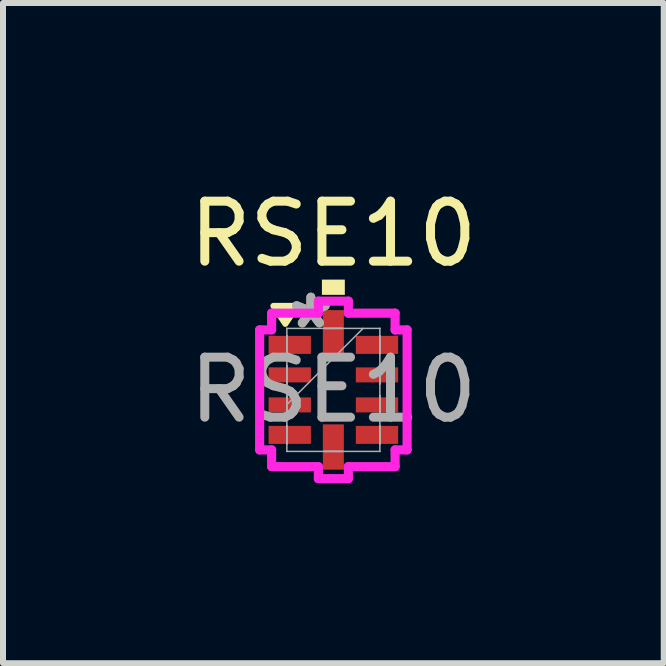
<source format=kicad_pcb>
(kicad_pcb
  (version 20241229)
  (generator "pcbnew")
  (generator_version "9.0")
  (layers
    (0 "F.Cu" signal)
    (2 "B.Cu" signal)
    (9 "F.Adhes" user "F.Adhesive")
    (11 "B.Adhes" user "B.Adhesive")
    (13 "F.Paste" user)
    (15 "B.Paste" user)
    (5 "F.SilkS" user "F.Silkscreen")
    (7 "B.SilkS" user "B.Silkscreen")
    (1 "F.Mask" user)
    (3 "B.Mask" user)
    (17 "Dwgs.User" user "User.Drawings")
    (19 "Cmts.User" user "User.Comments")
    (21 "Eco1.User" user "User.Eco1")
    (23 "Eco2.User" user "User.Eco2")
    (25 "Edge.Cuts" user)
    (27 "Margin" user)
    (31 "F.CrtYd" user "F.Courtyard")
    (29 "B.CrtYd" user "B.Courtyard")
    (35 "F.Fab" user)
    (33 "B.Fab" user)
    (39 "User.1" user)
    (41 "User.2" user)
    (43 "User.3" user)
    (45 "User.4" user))
  (footprint "RSE10"
    (layer "F.Cu")
    (at 2.506 3.448)
    (property "Reference" "RSE10" (at 0 -2.6 0) (unlocked yes) (layer "F.SilkS") (effects (font (size 1 1) (thickness 0.15))))
    (attr smd)
    (fp_poly (pts (xy -0.6 -1.4) (xy -1 -1.4) (xy -0.8 -1.1)) (stroke (width 0.1) (type solid)) (fill yes) (layer "F.SilkS"))
    (fp_poly (pts (xy -0.191 -1.584) (xy -0.191 -1.838) (xy 0.191 -1.838) (xy 0.191 -1.584)) (stroke (width 0) (type solid)) (fill yes) (layer "F.SilkS"))
    (fp_line (start -1.229 -1) (end -1.029 -1) (stroke (width 0.152) (type solid)) (layer "F.CrtYd"))
    (fp_line (start -1.229 1) (end -1.229 -1) (stroke (width 0.152) (type solid)) (layer "F.CrtYd"))
    (fp_line (start -1.029 -1.279) (end -0.25 -1.279) (stroke (width 0.152) (type solid)) (layer "F.CrtYd"))
    (fp_line (start -1.029 -1) (end -1.029 -1.279) (stroke (width 0.152) (type solid)) (layer "F.CrtYd"))
    (fp_line (start -1.029 1) (end -1.229 1) (stroke (width 0.152) (type solid)) (layer "F.CrtYd"))
    (fp_line (start -1.029 1.279) (end -1.029 1) (stroke (width 0.152) (type solid)) (layer "F.CrtYd"))
    (fp_line (start -0.25 -1.479) (end 0.25 -1.479) (stroke (width 0.152) (type solid)) (layer "F.CrtYd"))
    (fp_line (start -0.25 -1.279) (end -0.25 -1.479) (stroke (width 0.152) (type solid)) (layer "F.CrtYd"))
    (fp_line (start -0.25 1.279) (end -1.029 1.279) (stroke (width 0.152) (type solid)) (layer "F.CrtYd"))
    (fp_line (start -0.25 1.479) (end -0.25 1.279) (stroke (width 0.152) (type solid)) (layer "F.CrtYd"))
    (fp_line (start 0.25 -1.479) (end 0.25 -1.279) (stroke (width 0.152) (type solid)) (layer "F.CrtYd"))
    (fp_line (start 0.25 -1.279) (end 1.029 -1.279) (stroke (width 0.152) (type solid)) (layer "F.CrtYd"))
    (fp_line (start 0.25 1.279) (end 0.25 1.479) (stroke (width 0.152) (type solid)) (layer "F.CrtYd"))
    (fp_line (start 0.25 1.479) (end -0.25 1.479) (stroke (width 0.152) (type solid)) (layer "F.CrtYd"))
    (fp_line (start 1.029 -1.279) (end 1.029 -1) (stroke (width 0.152) (type solid)) (layer "F.CrtYd"))
    (fp_line (start 1.029 -1) (end 1.229 -1) (stroke (width 0.152) (type solid)) (layer "F.CrtYd"))
    (fp_line (start 1.029 1) (end 1.029 1.279) (stroke (width 0.152) (type solid)) (layer "F.CrtYd"))
    (fp_line (start 1.029 1.279) (end 0.25 1.279) (stroke (width 0.152) (type solid)) (layer "F.CrtYd"))
    (fp_line (start 1.229 -1) (end 1.229 1) (stroke (width 0.152) (type solid)) (layer "F.CrtYd"))
    (fp_line (start 1.229 1) (end 1.029 1) (stroke (width 0.152) (type solid)) (layer "F.CrtYd"))
    (fp_line (start -0.775 -1.025) (end -0.775 -1.025) (stroke (width 0.025) (type solid)) (layer "F.Fab"))
    (fp_line (start -0.775 -1.025) (end -0.775 1.025) (stroke (width 0.025) (type solid)) (layer "F.Fab"))
    (fp_line (start -0.775 -0.9) (end -0.775 -0.9) (stroke (width 0.025) (type solid)) (layer "F.Fab"))
    (fp_line (start -0.775 -0.9) (end -0.775 -0.6) (stroke (width 0.025) (type solid)) (layer "F.Fab"))
    (fp_line (start -0.775 -0.6) (end -0.775 -0.9) (stroke (width 0.025) (type solid)) (layer "F.Fab"))
    (fp_line (start -0.775 -0.6) (end -0.775 -0.6) (stroke (width 0.025) (type solid)) (layer "F.Fab"))
    (fp_line (start -0.775 -0.4) (end -0.775 -0.4) (stroke (width 0.025) (type solid)) (layer "F.Fab"))
    (fp_line (start -0.775 -0.4) (end -0.775 -0.1) (stroke (width 0.025) (type solid)) (layer "F.Fab"))
    (fp_line (start -0.775 -0.1) (end -0.775 -0.4) (stroke (width 0.025) (type solid)) (layer "F.Fab"))
    (fp_line (start -0.775 -0.1) (end -0.775 -0.1) (stroke (width 0.025) (type solid)) (layer "F.Fab"))
    (fp_line (start -0.775 0.1) (end -0.775 0.1) (stroke (width 0.025) (type solid)) (layer "F.Fab"))
    (fp_line (start -0.775 0.1) (end -0.775 0.4) (stroke (width 0.025) (type solid)) (layer "F.Fab"))
    (fp_line (start -0.775 0.245) (end 0.495 -1.025) (stroke (width 0.025) (type solid)) (layer "F.Fab"))
    (fp_line (start -0.775 0.4) (end -0.775 0.1) (stroke (width 0.025) (type solid)) (layer "F.Fab"))
    (fp_line (start -0.775 0.4) (end -0.775 0.4) (stroke (width 0.025) (type solid)) (layer "F.Fab"))
    (fp_line (start -0.775 0.6) (end -0.775 0.6) (stroke (width 0.025) (type solid)) (layer "F.Fab"))
    (fp_line (start -0.775 0.6) (end -0.775 0.9) (stroke (width 0.025) (type solid)) (layer "F.Fab"))
    (fp_line (start -0.775 0.9) (end -0.775 0.6) (stroke (width 0.025) (type solid)) (layer "F.Fab"))
    (fp_line (start -0.775 0.9) (end -0.775 0.9) (stroke (width 0.025) (type solid)) (layer "F.Fab"))
    (fp_line (start -0.775 1.025) (end -0.775 1.025) (stroke (width 0.025) (type solid)) (layer "F.Fab"))
    (fp_line (start -0.775 1.025) (end 0.775 1.025) (stroke (width 0.025) (type solid)) (layer "F.Fab"))
    (fp_line (start -0.15 -1.025) (end -0.15 -1.025) (stroke (width 0.025) (type solid)) (layer "F.Fab"))
    (fp_line (start -0.15 -1.025) (end 0.15 -1.025) (stroke (width 0.025) (type solid)) (layer "F.Fab"))
    (fp_line (start -0.15 1.025) (end -0.15 1.025) (stroke (width 0.025) (type solid)) (layer "F.Fab"))
    (fp_line (start -0.15 1.025) (end 0.15 1.025) (stroke (width 0.025) (type solid)) (layer "F.Fab"))
    (fp_line (start 0.15 -1.025) (end -0.15 -1.025) (stroke (width 0.025) (type solid)) (layer "F.Fab"))
    (fp_line (start 0.15 -1.025) (end 0.15 -1.025) (stroke (width 0.025) (type solid)) (layer "F.Fab"))
    (fp_line (start 0.15 1.025) (end -0.15 1.025) (stroke (width 0.025) (type solid)) (layer "F.Fab"))
    (fp_line (start 0.15 1.025) (end 0.15 1.025) (stroke (width 0.025) (type solid)) (layer "F.Fab"))
    (fp_line (start 0.775 -1.025) (end -0.775 -1.025) (stroke (width 0.025) (type solid)) (layer "F.Fab"))
    (fp_line (start 0.775 -1.025) (end 0.775 -1.025) (stroke (width 0.025) (type solid)) (layer "F.Fab"))
    (fp_line (start 0.775 -0.9) (end 0.775 -0.9) (stroke (width 0.025) (type solid)) (layer "F.Fab"))
    (fp_line (start 0.775 -0.9) (end 0.775 -0.6) (stroke (width 0.025) (type solid)) (layer "F.Fab"))
    (fp_line (start 0.775 -0.6) (end 0.775 -0.9) (stroke (width 0.025) (type solid)) (layer "F.Fab"))
    (fp_line (start 0.775 -0.6) (end 0.775 -0.6) (stroke (width 0.025) (type solid)) (layer "F.Fab"))
    (fp_line (start 0.775 -0.4) (end 0.775 -0.4) (stroke (width 0.025) (type solid)) (layer "F.Fab"))
    (fp_line (start 0.775 -0.4) (end 0.775 -0.1) (stroke (width 0.025) (type solid)) (layer "F.Fab"))
    (fp_line (start 0.775 -0.1) (end 0.775 -0.4) (stroke (width 0.025) (type solid)) (layer "F.Fab"))
    (fp_line (start 0.775 -0.1) (end 0.775 -0.1) (stroke (width 0.025) (type solid)) (layer "F.Fab"))
    (fp_line (start 0.775 0.1) (end 0.775 0.1) (stroke (width 0.025) (type solid)) (layer "F.Fab"))
    (fp_line (start 0.775 0.1) (end 0.775 0.4) (stroke (width 0.025) (type solid)) (layer "F.Fab"))
    (fp_line (start 0.775 0.4) (end 0.775 0.1) (stroke (width 0.025) (type solid)) (layer "F.Fab"))
    (fp_line (start 0.775 0.4) (end 0.775 0.4) (stroke (width 0.025) (type solid)) (layer "F.Fab"))
    (fp_line (start 0.775 0.6) (end 0.775 0.6) (stroke (width 0.025) (type solid)) (layer "F.Fab"))
    (fp_line (start 0.775 0.6) (end 0.775 0.9) (stroke (width 0.025) (type solid)) (layer "F.Fab"))
    (fp_line (start 0.775 0.9) (end 0.775 0.6) (stroke (width 0.025) (type solid)) (layer "F.Fab"))
    (fp_line (start 0.775 0.9) (end 0.775 0.9) (stroke (width 0.025) (type solid)) (layer "F.Fab"))
    (fp_line (start 0.775 1.025) (end 0.775 -1.025) (stroke (width 0.025) (type solid)) (layer "F.Fab"))
    (fp_line (start 0.775 1.025) (end 0.775 1.025) (stroke (width 0.025) (type solid)) (layer "F.Fab"))
    (fp_text user "${REFERENCE}" (at 0 0 0) (unlocked yes) (layer "F.Fab") (effects (font (size 1 1) (thickness 0.15))))
    (fp_text user "*" (at -0.375 -1 0) (layer "F.Fab") (effects (font (size 1 1) (thickness 0.15))))
    (fp_text user "*" (at -0.375 -1 0) (unlocked yes) (layer "F.Fab") (effects (font (size 1 1) (thickness 0.15))))
    (pad "1" smd rect (at -0.727 -0.75 90) (size 0.3 0.705) (layers "F.Cu" "F.Mask" "F.Paste"))
    (pad "2" smd rect (at -0.727 -0.25 90) (size 0.25 0.705) (layers "F.Cu" "F.Mask" "F.Paste"))
    (pad "3" smd rect (at -0.727 0.25 90) (size 0.25 0.705) (layers "F.Cu" "F.Mask" "F.Paste"))
    (pad "4" smd rect (at -0.727 0.75 90) (size 0.3 0.705) (layers "F.Cu" "F.Mask" "F.Paste"))
    (pad "5" smd rect (at 0 0.952) (size 0.35 0.755) (layers "F.Cu" "F.Mask" "F.Paste"))
    (pad "6" smd rect (at 0.727 0.75 90) (size 0.3 0.705) (layers "F.Cu" "F.Mask" "F.Paste"))
    (pad "7" smd rect (at 0.727 0.25 90) (size 0.25 0.705) (layers "F.Cu" "F.Mask" "F.Paste"))
    (pad "8" smd rect (at 0.727 -0.25 90) (size 0.25 0.705) (layers "F.Cu" "F.Mask" "F.Paste"))
    (pad "9" smd rect (at 0.727 -0.75 90) (size 0.3 0.705) (layers "F.Cu" "F.Mask" "F.Paste"))
    (pad "10" smd rect (at 0 -0.952) (size 0.35 0.755) (layers "F.Cu" "F.Mask" "F.Paste")))
  (gr_rect
    (start -3 -3)
    (end 8.012 8.003)
    (stroke (width 0.1) (type default))
    (fill no)
    (layer "Edge.Cuts")))
</source>
